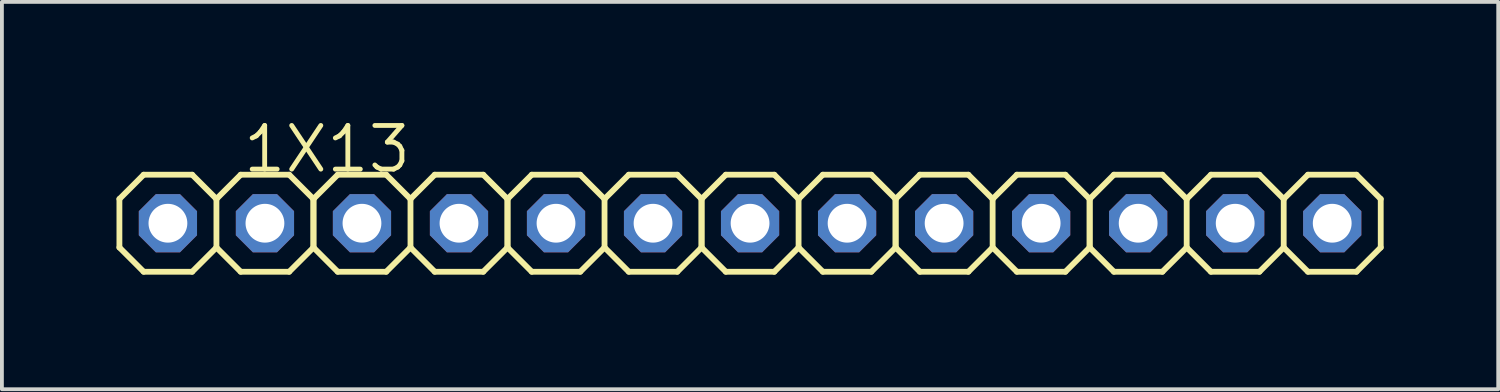
<source format=kicad_pcb>
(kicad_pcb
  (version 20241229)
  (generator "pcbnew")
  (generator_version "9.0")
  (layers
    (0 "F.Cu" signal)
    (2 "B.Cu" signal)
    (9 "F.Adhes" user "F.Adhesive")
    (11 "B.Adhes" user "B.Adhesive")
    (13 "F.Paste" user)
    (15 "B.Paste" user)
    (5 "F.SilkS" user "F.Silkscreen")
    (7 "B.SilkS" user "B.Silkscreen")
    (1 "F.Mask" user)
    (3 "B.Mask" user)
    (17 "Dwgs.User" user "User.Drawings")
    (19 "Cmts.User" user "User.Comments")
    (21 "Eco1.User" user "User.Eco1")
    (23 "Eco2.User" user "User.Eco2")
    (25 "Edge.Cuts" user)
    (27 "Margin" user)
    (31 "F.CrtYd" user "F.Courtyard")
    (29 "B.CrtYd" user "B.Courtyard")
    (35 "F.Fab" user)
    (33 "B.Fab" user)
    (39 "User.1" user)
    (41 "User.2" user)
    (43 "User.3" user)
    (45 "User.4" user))
  (footprint "1X13"
    (layer "F.Cu")
    (at 3.886 2.794)
    (property "Reference" "1X13" (at -0.635 -1.27 0) (layer "F.SilkS") (effects (font (size 1.143 1.143) (thickness 0.127)) (justify left bottom)))
    (attr through_hole)
    (fp_line (start -3.81 -0.635) (end -3.81 0.635) (stroke (width 0.152) (type solid)) (layer "F.SilkS"))
    (fp_line (start -3.81 0.635) (end -3.175 1.27) (stroke (width 0.152) (type solid)) (layer "F.SilkS"))
    (fp_line (start -3.175 -1.27) (end -3.81 -0.635) (stroke (width 0.152) (type solid)) (layer "F.SilkS"))
    (fp_line (start -3.175 -1.27) (end -1.905 -1.27) (stroke (width 0.152) (type solid)) (layer "F.SilkS"))
    (fp_line (start -1.905 -1.27) (end -1.27 -0.635) (stroke (width 0.152) (type solid)) (layer "F.SilkS"))
    (fp_line (start -1.905 1.27) (end -3.175 1.27) (stroke (width 0.152) (type solid)) (layer "F.SilkS"))
    (fp_line (start -1.27 -0.635) (end -1.27 0.635) (stroke (width 0.152) (type solid)) (layer "F.SilkS"))
    (fp_line (start -1.27 -0.635) (end -0.635 -1.27) (stroke (width 0.152) (type solid)) (layer "F.SilkS"))
    (fp_line (start -1.27 0.635) (end -1.905 1.27) (stroke (width 0.152) (type solid)) (layer "F.SilkS"))
    (fp_line (start -0.635 -1.27) (end 0.635 -1.27) (stroke (width 0.152) (type solid)) (layer "F.SilkS"))
    (fp_line (start -0.635 1.27) (end -1.27 0.635) (stroke (width 0.152) (type solid)) (layer "F.SilkS"))
    (fp_line (start 0.635 -1.27) (end 1.27 -0.635) (stroke (width 0.152) (type solid)) (layer "F.SilkS"))
    (fp_line (start 0.635 1.27) (end -0.635 1.27) (stroke (width 0.152) (type solid)) (layer "F.SilkS"))
    (fp_line (start 1.27 -0.635) (end 1.27 0.635) (stroke (width 0.152) (type solid)) (layer "F.SilkS"))
    (fp_line (start 1.27 -0.635) (end 1.27 0.635) (stroke (width 0.152) (type solid)) (layer "F.SilkS"))
    (fp_line (start 1.27 0.635) (end 0.635 1.27) (stroke (width 0.152) (type solid)) (layer "F.SilkS"))
    (fp_line (start 1.27 0.635) (end 1.905 1.27) (stroke (width 0.152) (type solid)) (layer "F.SilkS"))
    (fp_line (start 1.905 -1.27) (end 1.27 -0.635) (stroke (width 0.152) (type solid)) (layer "F.SilkS"))
    (fp_line (start 1.905 -1.27) (end 3.175 -1.27) (stroke (width 0.152) (type solid)) (layer "F.SilkS"))
    (fp_line (start 3.175 -1.27) (end 3.81 -0.635) (stroke (width 0.152) (type solid)) (layer "F.SilkS"))
    (fp_line (start 3.175 1.27) (end 1.905 1.27) (stroke (width 0.152) (type solid)) (layer "F.SilkS"))
    (fp_line (start 3.81 -0.635) (end 3.81 0.635) (stroke (width 0.152) (type solid)) (layer "F.SilkS"))
    (fp_line (start 3.81 -0.635) (end 4.445 -1.27) (stroke (width 0.152) (type solid)) (layer "F.SilkS"))
    (fp_line (start 3.81 0.635) (end 3.175 1.27) (stroke (width 0.152) (type solid)) (layer "F.SilkS"))
    (fp_line (start 4.445 -1.27) (end 5.715 -1.27) (stroke (width 0.152) (type solid)) (layer "F.SilkS"))
    (fp_line (start 4.445 1.27) (end 3.81 0.635) (stroke (width 0.152) (type solid)) (layer "F.SilkS"))
    (fp_line (start 5.715 -1.27) (end 6.35 -0.635) (stroke (width 0.152) (type solid)) (layer "F.SilkS"))
    (fp_line (start 5.715 1.27) (end 4.445 1.27) (stroke (width 0.152) (type solid)) (layer "F.SilkS"))
    (fp_line (start 6.35 -0.635) (end 6.35 0.635) (stroke (width 0.152) (type solid)) (layer "F.SilkS"))
    (fp_line (start 6.35 -0.635) (end 6.35 0.635) (stroke (width 0.152) (type solid)) (layer "F.SilkS"))
    (fp_line (start 6.35 0.635) (end 5.715 1.27) (stroke (width 0.152) (type solid)) (layer "F.SilkS"))
    (fp_line (start 6.35 0.635) (end 6.985 1.27) (stroke (width 0.152) (type solid)) (layer "F.SilkS"))
    (fp_line (start 6.985 -1.27) (end 6.35 -0.635) (stroke (width 0.152) (type solid)) (layer "F.SilkS"))
    (fp_line (start 6.985 -1.27) (end 8.255 -1.27) (stroke (width 0.152) (type solid)) (layer "F.SilkS"))
    (fp_line (start 8.255 -1.27) (end 8.89 -0.635) (stroke (width 0.152) (type solid)) (layer "F.SilkS"))
    (fp_line (start 8.255 1.27) (end 6.985 1.27) (stroke (width 0.152) (type solid)) (layer "F.SilkS"))
    (fp_line (start 8.89 -0.635) (end 8.89 0.635) (stroke (width 0.152) (type solid)) (layer "F.SilkS"))
    (fp_line (start 8.89 -0.635) (end 9.525 -1.27) (stroke (width 0.152) (type solid)) (layer "F.SilkS"))
    (fp_line (start 8.89 0.635) (end 8.255 1.27) (stroke (width 0.152) (type solid)) (layer "F.SilkS"))
    (fp_line (start 9.525 -1.27) (end 10.795 -1.27) (stroke (width 0.152) (type solid)) (layer "F.SilkS"))
    (fp_line (start 9.525 1.27) (end 8.89 0.635) (stroke (width 0.152) (type solid)) (layer "F.SilkS"))
    (fp_line (start 10.795 -1.27) (end 11.43 -0.635) (stroke (width 0.152) (type solid)) (layer "F.SilkS"))
    (fp_line (start 10.795 1.27) (end 9.525 1.27) (stroke (width 0.152) (type solid)) (layer "F.SilkS"))
    (fp_line (start 11.43 -0.635) (end 11.43 0.635) (stroke (width 0.152) (type solid)) (layer "F.SilkS"))
    (fp_line (start 11.43 -0.635) (end 11.43 0.635) (stroke (width 0.152) (type solid)) (layer "F.SilkS"))
    (fp_line (start 11.43 0.635) (end 10.795 1.27) (stroke (width 0.152) (type solid)) (layer "F.SilkS"))
    (fp_line (start 11.43 0.635) (end 12.065 1.27) (stroke (width 0.152) (type solid)) (layer "F.SilkS"))
    (fp_line (start 12.065 -1.27) (end 11.43 -0.635) (stroke (width 0.152) (type solid)) (layer "F.SilkS"))
    (fp_line (start 12.065 -1.27) (end 13.335 -1.27) (stroke (width 0.152) (type solid)) (layer "F.SilkS"))
    (fp_line (start 13.335 -1.27) (end 13.97 -0.635) (stroke (width 0.152) (type solid)) (layer "F.SilkS"))
    (fp_line (start 13.335 1.27) (end 12.065 1.27) (stroke (width 0.152) (type solid)) (layer "F.SilkS"))
    (fp_line (start 13.97 -0.635) (end 13.97 0.635) (stroke (width 0.152) (type solid)) (layer "F.SilkS"))
    (fp_line (start 13.97 -0.635) (end 14.605 -1.27) (stroke (width 0.152) (type solid)) (layer "F.SilkS"))
    (fp_line (start 13.97 0.635) (end 13.335 1.27) (stroke (width 0.152) (type solid)) (layer "F.SilkS"))
    (fp_line (start 14.605 -1.27) (end 15.875 -1.27) (stroke (width 0.152) (type solid)) (layer "F.SilkS"))
    (fp_line (start 14.605 1.27) (end 13.97 0.635) (stroke (width 0.152) (type solid)) (layer "F.SilkS"))
    (fp_line (start 15.875 -1.27) (end 16.51 -0.635) (stroke (width 0.152) (type solid)) (layer "F.SilkS"))
    (fp_line (start 15.875 1.27) (end 14.605 1.27) (stroke (width 0.152) (type solid)) (layer "F.SilkS"))
    (fp_line (start 16.51 -0.635) (end 16.51 0.635) (stroke (width 0.152) (type solid)) (layer "F.SilkS"))
    (fp_line (start 16.51 -0.635) (end 16.51 0.635) (stroke (width 0.152) (type solid)) (layer "F.SilkS"))
    (fp_line (start 16.51 0.635) (end 15.875 1.27) (stroke (width 0.152) (type solid)) (layer "F.SilkS"))
    (fp_line (start 16.51 0.635) (end 17.145 1.27) (stroke (width 0.152) (type solid)) (layer "F.SilkS"))
    (fp_line (start 17.145 -1.27) (end 16.51 -0.635) (stroke (width 0.152) (type solid)) (layer "F.SilkS"))
    (fp_line (start 17.145 -1.27) (end 18.415 -1.27) (stroke (width 0.152) (type solid)) (layer "F.SilkS"))
    (fp_line (start 18.415 -1.27) (end 19.05 -0.635) (stroke (width 0.152) (type solid)) (layer "F.SilkS"))
    (fp_line (start 18.415 1.27) (end 17.145 1.27) (stroke (width 0.152) (type solid)) (layer "F.SilkS"))
    (fp_line (start 19.05 -0.635) (end 19.05 0.635) (stroke (width 0.152) (type solid)) (layer "F.SilkS"))
    (fp_line (start 19.05 -0.635) (end 19.685 -1.27) (stroke (width 0.152) (type solid)) (layer "F.SilkS"))
    (fp_line (start 19.05 0.635) (end 18.415 1.27) (stroke (width 0.152) (type solid)) (layer "F.SilkS"))
    (fp_line (start 19.685 -1.27) (end 20.955 -1.27) (stroke (width 0.152) (type solid)) (layer "F.SilkS"))
    (fp_line (start 19.685 1.27) (end 19.05 0.635) (stroke (width 0.152) (type solid)) (layer "F.SilkS"))
    (fp_line (start 20.955 -1.27) (end 21.59 -0.635) (stroke (width 0.152) (type solid)) (layer "F.SilkS"))
    (fp_line (start 20.955 1.27) (end 19.685 1.27) (stroke (width 0.152) (type solid)) (layer "F.SilkS"))
    (fp_line (start 21.59 -0.635) (end 21.59 0.635) (stroke (width 0.152) (type solid)) (layer "F.SilkS"))
    (fp_line (start 21.59 -0.635) (end 21.59 0.635) (stroke (width 0.152) (type solid)) (layer "F.SilkS"))
    (fp_line (start 21.59 0.635) (end 20.955 1.27) (stroke (width 0.152) (type solid)) (layer "F.SilkS"))
    (fp_line (start 21.59 0.635) (end 22.225 1.27) (stroke (width 0.152) (type solid)) (layer "F.SilkS"))
    (fp_line (start 22.225 -1.27) (end 21.59 -0.635) (stroke (width 0.152) (type solid)) (layer "F.SilkS"))
    (fp_line (start 22.225 -1.27) (end 23.495 -1.27) (stroke (width 0.152) (type solid)) (layer "F.SilkS"))
    (fp_line (start 23.495 -1.27) (end 24.13 -0.635) (stroke (width 0.152) (type solid)) (layer "F.SilkS"))
    (fp_line (start 23.495 1.27) (end 22.225 1.27) (stroke (width 0.152) (type solid)) (layer "F.SilkS"))
    (fp_line (start 24.13 -0.635) (end 24.13 0.635) (stroke (width 0.152) (type solid)) (layer "F.SilkS"))
    (fp_line (start 24.13 -0.635) (end 24.765 -1.27) (stroke (width 0.152) (type solid)) (layer "F.SilkS"))
    (fp_line (start 24.13 0.635) (end 23.495 1.27) (stroke (width 0.152) (type solid)) (layer "F.SilkS"))
    (fp_line (start 24.765 -1.27) (end 26.035 -1.27) (stroke (width 0.152) (type solid)) (layer "F.SilkS"))
    (fp_line (start 24.765 1.27) (end 24.13 0.635) (stroke (width 0.152) (type solid)) (layer "F.SilkS"))
    (fp_line (start 26.035 -1.27) (end 26.67 -0.635) (stroke (width 0.152) (type solid)) (layer "F.SilkS"))
    (fp_line (start 26.035 1.27) (end 24.765 1.27) (stroke (width 0.152) (type solid)) (layer "F.SilkS"))
    (fp_line (start 26.67 -0.635) (end 26.67 0.635) (stroke (width 0.152) (type solid)) (layer "F.SilkS"))
    (fp_line (start 26.67 -0.635) (end 27.305 -1.27) (stroke (width 0.152) (type solid)) (layer "F.SilkS"))
    (fp_line (start 26.67 0.635) (end 26.035 1.27) (stroke (width 0.152) (type solid)) (layer "F.SilkS"))
    (fp_line (start 27.305 -1.27) (end 28.575 -1.27) (stroke (width 0.152) (type solid)) (layer "F.SilkS"))
    (fp_line (start 27.305 1.27) (end 26.67 0.635) (stroke (width 0.152) (type solid)) (layer "F.SilkS"))
    (fp_line (start 28.575 -1.27) (end 29.21 -0.635) (stroke (width 0.152) (type solid)) (layer "F.SilkS"))
    (fp_line (start 28.575 1.27) (end 27.305 1.27) (stroke (width 0.152) (type solid)) (layer "F.SilkS"))
    (fp_line (start 29.21 -0.635) (end 29.21 0.635) (stroke (width 0.152) (type solid)) (layer "F.SilkS"))
    (fp_line (start 29.21 0.635) (end 28.575 1.27) (stroke (width 0.152) (type solid)) (layer "F.SilkS"))
    (fp_poly (pts (xy -2.794 0.254) (xy -2.286 0.254) (xy -2.286 -0.254) (xy -2.794 -0.254)) (stroke (width 0.1) (type default)) (fill no) (layer "F.Fab"))
    (fp_poly (pts (xy -0.254 0.254) (xy 0.254 0.254) (xy 0.254 -0.254) (xy -0.254 -0.254)) (stroke (width 0.1) (type default)) (fill no) (layer "F.Fab"))
    (fp_poly (pts (xy 2.286 0.254) (xy 2.794 0.254) (xy 2.794 -0.254) (xy 2.286 -0.254)) (stroke (width 0.1) (type default)) (fill no) (layer "F.Fab"))
    (fp_poly (pts (xy 4.826 0.254) (xy 5.334 0.254) (xy 5.334 -0.254) (xy 4.826 -0.254)) (stroke (width 0.1) (type default)) (fill no) (layer "F.Fab"))
    (fp_poly (pts (xy 7.366 0.254) (xy 7.874 0.254) (xy 7.874 -0.254) (xy 7.366 -0.254)) (stroke (width 0.1) (type default)) (fill no) (layer "F.Fab"))
    (fp_poly (pts (xy 9.906 0.254) (xy 10.414 0.254) (xy 10.414 -0.254) (xy 9.906 -0.254)) (stroke (width 0.1) (type default)) (fill no) (layer "F.Fab"))
    (fp_poly (pts (xy 12.446 0.254) (xy 12.954 0.254) (xy 12.954 -0.254) (xy 12.446 -0.254)) (stroke (width 0.1) (type default)) (fill no) (layer "F.Fab"))
    (fp_poly (pts (xy 14.986 0.254) (xy 15.494 0.254) (xy 15.494 -0.254) (xy 14.986 -0.254)) (stroke (width 0.1) (type default)) (fill no) (layer "F.Fab"))
    (fp_poly (pts (xy 17.526 0.254) (xy 18.034 0.254) (xy 18.034 -0.254) (xy 17.526 -0.254)) (stroke (width 0.1) (type default)) (fill no) (layer "F.Fab"))
    (fp_poly (pts (xy 20.066 0.254) (xy 20.574 0.254) (xy 20.574 -0.254) (xy 20.066 -0.254)) (stroke (width 0.1) (type default)) (fill no) (layer "F.Fab"))
    (fp_poly (pts (xy 22.606 0.254) (xy 23.114 0.254) (xy 23.114 -0.254) (xy 22.606 -0.254)) (stroke (width 0.1) (type default)) (fill no) (layer "F.Fab"))
    (fp_poly (pts (xy 25.146 0.254) (xy 25.654 0.254) (xy 25.654 -0.254) (xy 25.146 -0.254)) (stroke (width 0.1) (type default)) (fill no) (layer "F.Fab"))
    (fp_poly (pts (xy 27.686 0.254) (xy 28.194 0.254) (xy 28.194 -0.254) (xy 27.686 -0.254)) (stroke (width 0.1) (type default)) (fill no) (layer "F.Fab"))
    (pad "1" thru_hole roundrect (at -2.54 0 90) (size 1.524 1.524) (drill 1.016) (layers "*.Cu" "*.Mask") (roundrect_rratio 0.25) (chamfer_ratio 0.293) (chamfer top_left top_right bottom_left bottom_right))
    (pad "2" thru_hole roundrect (at 0 0 90) (size 1.524 1.524) (drill 1.016) (layers "*.Cu" "*.Mask") (roundrect_rratio 0.25) (chamfer_ratio 0.293) (chamfer top_left top_right bottom_left bottom_right))
    (pad "3" thru_hole roundrect (at 2.54 0 90) (size 1.524 1.524) (drill 1.016) (layers "*.Cu" "*.Mask") (roundrect_rratio 0.25) (chamfer_ratio 0.293) (chamfer top_left top_right bottom_left bottom_right))
    (pad "4" thru_hole roundrect (at 5.08 0 90) (size 1.524 1.524) (drill 1.016) (layers "*.Cu" "*.Mask") (roundrect_rratio 0.25) (chamfer_ratio 0.293) (chamfer top_left top_right bottom_left bottom_right))
    (pad "5" thru_hole roundrect (at 7.62 0 90) (size 1.524 1.524) (drill 1.016) (layers "*.Cu" "*.Mask") (roundrect_rratio 0.25) (chamfer_ratio 0.293) (chamfer top_left top_right bottom_left bottom_right))
    (pad "6" thru_hole roundrect (at 10.16 0 90) (size 1.524 1.524) (drill 1.016) (layers "*.Cu" "*.Mask") (roundrect_rratio 0.25) (chamfer_ratio 0.293) (chamfer top_left top_right bottom_left bottom_right))
    (pad "7" thru_hole roundrect (at 12.7 0 90) (size 1.524 1.524) (drill 1.016) (layers "*.Cu" "*.Mask") (roundrect_rratio 0.25) (chamfer_ratio 0.293) (chamfer top_left top_right bottom_left bottom_right))
    (pad "8" thru_hole roundrect (at 15.24 0 90) (size 1.524 1.524) (drill 1.016) (layers "*.Cu" "*.Mask") (roundrect_rratio 0.25) (chamfer_ratio 0.293) (chamfer top_left top_right bottom_left bottom_right))
    (pad "9" thru_hole roundrect (at 17.78 0 90) (size 1.524 1.524) (drill 1.016) (layers "*.Cu" "*.Mask") (roundrect_rratio 0.25) (chamfer_ratio 0.293) (chamfer top_left top_right bottom_left bottom_right))
    (pad "10" thru_hole roundrect (at 20.32 0 90) (size 1.524 1.524) (drill 1.016) (layers "*.Cu" "*.Mask") (roundrect_rratio 0.25) (chamfer_ratio 0.293) (chamfer top_left top_right bottom_left bottom_right))
    (pad "11" thru_hole roundrect (at 22.86 0 90) (size 1.524 1.524) (drill 1.016) (layers "*.Cu" "*.Mask") (roundrect_rratio 0.25) (chamfer_ratio 0.293) (chamfer top_left top_right bottom_left bottom_right))
    (pad "12" thru_hole roundrect (at 25.4 0 90) (size 1.524 1.524) (drill 1.016) (layers "*.Cu" "*.Mask") (roundrect_rratio 0.25) (chamfer_ratio 0.293) (chamfer top_left top_right bottom_left bottom_right))
    (pad "13" thru_hole roundrect (at 27.94 0 90) (size 1.524 1.524) (drill 1.016) (layers "*.Cu" "*.Mask") (roundrect_rratio 0.25) (chamfer_ratio 0.293) (chamfer top_left top_right bottom_left bottom_right)))
  (gr_rect
    (start -3 -3)
    (end 36.172 7.14)
    (stroke (width 0.1) (type default))
    (fill no)
    (layer "Edge.Cuts")))
</source>
